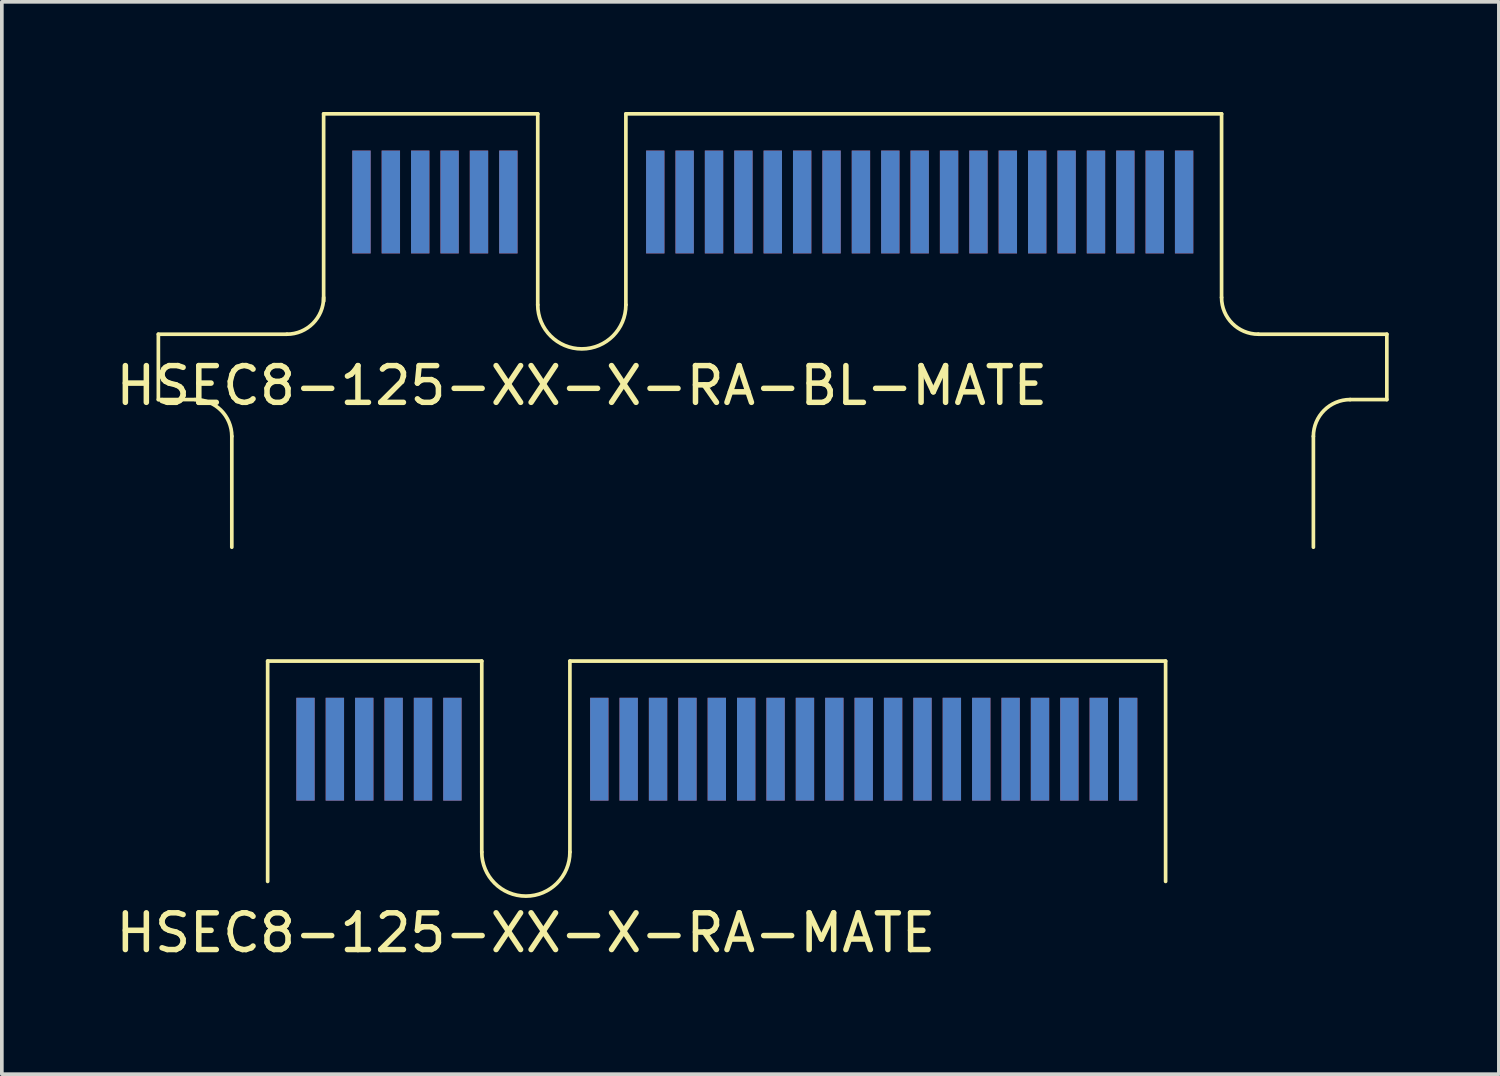
<source format=kicad_pcb>
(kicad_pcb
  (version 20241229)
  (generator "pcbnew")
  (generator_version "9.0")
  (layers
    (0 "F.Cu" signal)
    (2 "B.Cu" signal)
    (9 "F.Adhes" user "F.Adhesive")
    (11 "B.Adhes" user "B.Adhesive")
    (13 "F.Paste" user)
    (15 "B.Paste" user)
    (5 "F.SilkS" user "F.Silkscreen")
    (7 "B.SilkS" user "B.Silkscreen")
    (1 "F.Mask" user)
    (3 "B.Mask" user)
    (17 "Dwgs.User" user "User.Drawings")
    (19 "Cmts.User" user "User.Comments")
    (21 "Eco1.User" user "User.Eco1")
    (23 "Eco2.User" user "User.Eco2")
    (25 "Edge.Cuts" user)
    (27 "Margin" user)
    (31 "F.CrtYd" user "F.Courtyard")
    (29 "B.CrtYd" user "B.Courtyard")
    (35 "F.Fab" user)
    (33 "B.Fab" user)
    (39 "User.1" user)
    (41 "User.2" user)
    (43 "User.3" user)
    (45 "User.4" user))
  (footprint "HSEC8-125-XX-X-RA-BL-MATE"
    (layer "F.Cu")
    (at 12.792 3.85)
    (property "Reference" "HSEC8-125-XX-X-RA-BL-MATE" (at 0 3.6 0) (layer "F.SilkS") (effects (font (size 1 1) (thickness 0.15))))
    (attr through_hole)
    (fp_line (start -11.53 2.2) (end -11.53 3.98) (stroke (width 0.1) (type solid)) (layer "F.SilkS"))
    (fp_line (start -11.53 3.98) (end -10.53 3.98) (stroke (width 0.1) (type solid)) (layer "F.SilkS"))
    (fp_line (start -9.53 4.98) (end -9.53 8) (stroke (width 0.1) (type solid)) (layer "F.SilkS"))
    (fp_line (start -8.03 2.2) (end -11.53 2.2) (stroke (width 0.1) (type solid)) (layer "F.SilkS"))
    (fp_line (start -7.03 -3.8) (end -7.03 1.3) (stroke (width 0.1) (type solid)) (layer "F.SilkS"))
    (fp_line (start -1.2 -3.8) (end -7.03 -3.8) (stroke (width 0.1) (type solid)) (layer "F.SilkS"))
    (fp_line (start -1.2 1.4) (end -1.2 -3.8) (stroke (width 0.1) (type solid)) (layer "F.SilkS"))
    (fp_line (start 1.2 -3.8) (end 17.42 -3.8) (stroke (width 0.1) (type solid)) (layer "F.SilkS"))
    (fp_line (start 1.2 1.4) (end 1.2 -3.8) (stroke (width 0.1) (type solid)) (layer "F.SilkS"))
    (fp_line (start 17.42 -3.8) (end 17.42 1.2) (stroke (width 0.1) (type solid)) (layer "F.SilkS"))
    (fp_line (start 18.42 2.2) (end 21.92 2.2) (stroke (width 0.1) (type solid)) (layer "F.SilkS"))
    (fp_line (start 19.92 4.98) (end 19.92 8) (stroke (width 0.1) (type solid)) (layer "F.SilkS"))
    (fp_line (start 20.92 3.98) (end 21.92 3.98) (stroke (width 0.1) (type solid)) (layer "F.SilkS"))
    (fp_line (start 21.92 2.2) (end 21.92 3.98) (stroke (width 0.1) (type solid)) (layer "F.SilkS"))
    (fp_arc (start -10.53 3.98) (mid -9.822893 4.272893) (end -9.53 4.98) (stroke (width 0.1) (type solid)) (layer "F.SilkS"))
    (fp_arc (start -7.03 1.2) (mid -7.322893 1.907107) (end -8.03 2.2) (stroke (width 0.1) (type solid)) (layer "F.SilkS"))
    (fp_arc (start 1.2 1.4) (mid 0 2.6) (end -1.2 1.4) (stroke (width 0.1) (type solid)) (layer "F.SilkS"))
    (fp_arc (start 18.42 2.2) (mid 17.712893 1.907107) (end 17.42 1.2) (stroke (width 0.1) (type solid)) (layer "F.SilkS"))
    (fp_arc (start 19.92 4.98) (mid 20.212893 4.272893) (end 20.92 3.98) (stroke (width 0.1) (type solid)) (layer "F.SilkS"))
    (pad "1" smd rect (at -6 -1.4) (size 0.5 2.8) (layers "B.Cu" "B.Mask" "B.Paste"))
    (pad "2" smd rect (at -6 -1.4) (size 0.5 2.8) (layers "F.Cu" "F.Mask" "F.Paste"))
    (pad "3" smd rect (at -5.2 -1.4) (size 0.5 2.8) (layers "B.Cu" "B.Mask" "B.Paste"))
    (pad "4" smd rect (at -5.2 -1.4) (size 0.5 2.8) (layers "F.Cu" "F.Mask" "F.Paste"))
    (pad "5" smd rect (at -4.4 -1.4) (size 0.5 2.8) (layers "B.Cu" "B.Mask" "B.Paste"))
    (pad "6" smd rect (at -4.4 -1.4) (size 0.5 2.8) (layers "F.Cu" "F.Mask" "F.Paste"))
    (pad "7" smd rect (at -3.6 -1.4) (size 0.5 2.8) (layers "B.Cu" "B.Mask" "B.Paste"))
    (pad "8" smd rect (at -3.6 -1.4) (size 0.5 2.8) (layers "F.Cu" "F.Mask" "F.Paste"))
    (pad "9" smd rect (at -2.8 -1.4) (size 0.5 2.8) (layers "B.Cu" "B.Mask" "B.Paste"))
    (pad "10" smd rect (at -2.8 -1.4) (size 0.5 2.8) (layers "F.Cu" "F.Mask" "F.Paste"))
    (pad "11" smd rect (at -2 -1.4) (size 0.5 2.8) (layers "B.Cu" "B.Mask" "B.Paste"))
    (pad "12" smd rect (at -2 -1.4) (size 0.5 2.8) (layers "F.Cu" "F.Mask" "F.Paste"))
    (pad "13" smd rect (at 2 -1.4) (size 0.5 2.8) (layers "B.Cu" "B.Mask" "B.Paste"))
    (pad "14" smd rect (at 2 -1.4) (size 0.5 2.8) (layers "F.Cu" "F.Mask" "F.Paste"))
    (pad "15" smd rect (at 2.8 -1.4) (size 0.5 2.8) (layers "B.Cu" "B.Mask" "B.Paste"))
    (pad "16" smd rect (at 2.8 -1.4) (size 0.5 2.8) (layers "F.Cu" "F.Mask" "F.Paste"))
    (pad "17" smd rect (at 3.6 -1.4) (size 0.5 2.8) (layers "B.Cu" "B.Mask" "B.Paste"))
    (pad "18" smd rect (at 3.6 -1.4) (size 0.5 2.8) (layers "F.Cu" "F.Mask" "F.Paste"))
    (pad "19" smd rect (at 4.4 -1.4) (size 0.5 2.8) (layers "B.Cu" "B.Mask" "B.Paste"))
    (pad "20" smd rect (at 4.4 -1.4) (size 0.5 2.8) (layers "F.Cu" "F.Mask" "F.Paste"))
    (pad "21" smd rect (at 5.2 -1.4) (size 0.5 2.8) (layers "B.Cu" "B.Mask" "B.Paste"))
    (pad "22" smd rect (at 5.2 -1.4) (size 0.5 2.8) (layers "F.Cu" "F.Mask" "F.Paste"))
    (pad "23" smd rect (at 6 -1.4) (size 0.5 2.8) (layers "B.Cu" "B.Mask" "B.Paste"))
    (pad "24" smd rect (at 6 -1.4) (size 0.5 2.8) (layers "F.Cu" "F.Mask" "F.Paste"))
    (pad "25" smd rect (at 6.8 -1.4) (size 0.5 2.8) (layers "B.Cu" "B.Mask" "B.Paste"))
    (pad "26" smd rect (at 6.8 -1.4) (size 0.5 2.8) (layers "F.Cu" "F.Mask" "F.Paste"))
    (pad "27" smd rect (at 7.6 -1.4) (size 0.5 2.8) (layers "B.Cu" "B.Mask" "B.Paste"))
    (pad "28" smd rect (at 7.6 -1.4) (size 0.5 2.8) (layers "F.Cu" "F.Mask" "F.Paste"))
    (pad "29" smd rect (at 8.4 -1.4) (size 0.5 2.8) (layers "B.Cu" "B.Mask" "B.Paste"))
    (pad "30" smd rect (at 8.4 -1.4) (size 0.5 2.8) (layers "F.Cu" "F.Mask" "F.Paste"))
    (pad "31" smd rect (at 9.2 -1.4) (size 0.5 2.8) (layers "B.Cu" "B.Mask" "B.Paste"))
    (pad "32" smd rect (at 9.2 -1.4) (size 0.5 2.8) (layers "F.Cu" "F.Mask" "F.Paste"))
    (pad "33" smd rect (at 10 -1.4) (size 0.5 2.8) (layers "B.Cu" "B.Mask" "B.Paste"))
    (pad "34" smd rect (at 10 -1.4) (size 0.5 2.8) (layers "F.Cu" "F.Mask" "F.Paste"))
    (pad "35" smd rect (at 10.8 -1.4) (size 0.5 2.8) (layers "B.Cu" "B.Mask" "B.Paste"))
    (pad "36" smd rect (at 10.8 -1.4) (size 0.5 2.8) (layers "F.Cu" "F.Mask" "F.Paste"))
    (pad "37" smd rect (at 11.6 -1.4) (size 0.5 2.8) (layers "B.Cu" "B.Mask" "B.Paste"))
    (pad "38" smd rect (at 11.6 -1.4) (size 0.5 2.8) (layers "F.Cu" "F.Mask" "F.Paste"))
    (pad "39" smd rect (at 12.4 -1.4) (size 0.5 2.8) (layers "B.Cu" "B.Mask" "B.Paste"))
    (pad "40" smd rect (at 12.4 -1.4) (size 0.5 2.8) (layers "F.Cu" "F.Mask" "F.Paste"))
    (pad "41" smd rect (at 13.2 -1.4) (size 0.5 2.8) (layers "B.Cu" "B.Mask" "B.Paste"))
    (pad "42" smd rect (at 13.2 -1.4) (size 0.5 2.8) (layers "F.Cu" "F.Mask" "F.Paste"))
    (pad "43" smd rect (at 14 -1.4) (size 0.5 2.8) (layers "B.Cu" "B.Mask" "B.Paste"))
    (pad "44" smd rect (at 14 -1.4) (size 0.5 2.8) (layers "F.Cu" "F.Mask" "F.Paste"))
    (pad "45" smd rect (at 14.8 -1.4) (size 0.5 2.8) (layers "B.Cu" "B.Mask" "B.Paste"))
    (pad "46" smd rect (at 14.8 -1.4) (size 0.5 2.8) (layers "F.Cu" "F.Mask" "F.Paste"))
    (pad "47" smd rect (at 15.6 -1.4) (size 0.5 2.8) (layers "B.Cu" "B.Mask" "B.Paste"))
    (pad "48" smd rect (at 15.6 -1.4) (size 0.5 2.8) (layers "F.Cu" "F.Mask" "F.Paste"))
    (pad "49" smd rect (at 16.4 -1.4) (size 0.5 2.8) (layers "B.Cu" "B.Mask" "B.Paste"))
    (pad "50" smd rect (at 16.4 -1.4) (size 0.5 2.8) (layers "F.Cu" "F.Mask" "F.Paste")))
  (footprint "HSEC8-125-XX-X-RA-MATE"
    (layer "F.Cu")
    (at 11.268 18.75)
    (property "Reference" "HSEC8-125-XX-X-RA-MATE" (at 0 3.6 0) (layer "F.SilkS") (effects (font (size 1 1) (thickness 0.15))))
    (attr through_hole)
    (fp_line (start -7.03 -3.8) (end -7.03 2.2) (stroke (width 0.1) (type solid)) (layer "F.SilkS"))
    (fp_line (start -1.2 -3.8) (end -7.03 -3.8) (stroke (width 0.1) (type solid)) (layer "F.SilkS"))
    (fp_line (start -1.2 1.4) (end -1.2 -3.8) (stroke (width 0.1) (type solid)) (layer "F.SilkS"))
    (fp_line (start 1.2 -3.8) (end 17.42 -3.8) (stroke (width 0.1) (type solid)) (layer "F.SilkS"))
    (fp_line (start 1.2 1.4) (end 1.2 -3.8) (stroke (width 0.1) (type solid)) (layer "F.SilkS"))
    (fp_line (start 17.42 -3.8) (end 17.42 2.2) (stroke (width 0.1) (type solid)) (layer "F.SilkS"))
    (fp_arc (start 1.2 1.4) (mid 0 2.6) (end -1.2 1.4) (stroke (width 0.1) (type solid)) (layer "F.SilkS"))
    (pad "1" smd rect (at -6 -1.4) (size 0.5 2.8) (layers "B.Cu" "B.Mask" "B.Paste"))
    (pad "2" smd rect (at -6 -1.4) (size 0.5 2.8) (layers "F.Cu" "F.Mask" "F.Paste"))
    (pad "3" smd rect (at -5.2 -1.4) (size 0.5 2.8) (layers "B.Cu" "B.Mask" "B.Paste"))
    (pad "4" smd rect (at -5.2 -1.4) (size 0.5 2.8) (layers "F.Cu" "F.Mask" "F.Paste"))
    (pad "5" smd rect (at -4.4 -1.4) (size 0.5 2.8) (layers "B.Cu" "B.Mask" "B.Paste"))
    (pad "6" smd rect (at -4.4 -1.4) (size 0.5 2.8) (layers "F.Cu" "F.Mask" "F.Paste"))
    (pad "7" smd rect (at -3.6 -1.4) (size 0.5 2.8) (layers "B.Cu" "B.Mask" "B.Paste"))
    (pad "8" smd rect (at -3.6 -1.4) (size 0.5 2.8) (layers "F.Cu" "F.Mask" "F.Paste"))
    (pad "9" smd rect (at -2.8 -1.4) (size 0.5 2.8) (layers "B.Cu" "B.Mask" "B.Paste"))
    (pad "10" smd rect (at -2.8 -1.4) (size 0.5 2.8) (layers "F.Cu" "F.Mask" "F.Paste"))
    (pad "11" smd rect (at -2 -1.4) (size 0.5 2.8) (layers "B.Cu" "B.Mask" "B.Paste"))
    (pad "12" smd rect (at -2 -1.4) (size 0.5 2.8) (layers "F.Cu" "F.Mask" "F.Paste"))
    (pad "13" smd rect (at 2 -1.4) (size 0.5 2.8) (layers "B.Cu" "B.Mask" "B.Paste"))
    (pad "14" smd rect (at 2 -1.4) (size 0.5 2.8) (layers "F.Cu" "F.Mask" "F.Paste"))
    (pad "15" smd rect (at 2.8 -1.4) (size 0.5 2.8) (layers "B.Cu" "B.Mask" "B.Paste"))
    (pad "16" smd rect (at 2.8 -1.4) (size 0.5 2.8) (layers "F.Cu" "F.Mask" "F.Paste"))
    (pad "17" smd rect (at 3.6 -1.4) (size 0.5 2.8) (layers "B.Cu" "B.Mask" "B.Paste"))
    (pad "18" smd rect (at 3.6 -1.4) (size 0.5 2.8) (layers "F.Cu" "F.Mask" "F.Paste"))
    (pad "19" smd rect (at 4.4 -1.4) (size 0.5 2.8) (layers "B.Cu" "B.Mask" "B.Paste"))
    (pad "20" smd rect (at 4.4 -1.4) (size 0.5 2.8) (layers "F.Cu" "F.Mask" "F.Paste"))
    (pad "21" smd rect (at 5.2 -1.4) (size 0.5 2.8) (layers "B.Cu" "B.Mask" "B.Paste"))
    (pad "22" smd rect (at 5.2 -1.4) (size 0.5 2.8) (layers "F.Cu" "F.Mask" "F.Paste"))
    (pad "23" smd rect (at 6 -1.4) (size 0.5 2.8) (layers "B.Cu" "B.Mask" "B.Paste"))
    (pad "24" smd rect (at 6 -1.4) (size 0.5 2.8) (layers "F.Cu" "F.Mask" "F.Paste"))
    (pad "25" smd rect (at 6.8 -1.4) (size 0.5 2.8) (layers "B.Cu" "B.Mask" "B.Paste"))
    (pad "26" smd rect (at 6.8 -1.4) (size 0.5 2.8) (layers "F.Cu" "F.Mask" "F.Paste"))
    (pad "27" smd rect (at 7.6 -1.4) (size 0.5 2.8) (layers "B.Cu" "B.Mask" "B.Paste"))
    (pad "28" smd rect (at 7.6 -1.4) (size 0.5 2.8) (layers "F.Cu" "F.Mask" "F.Paste"))
    (pad "29" smd rect (at 8.4 -1.4) (size 0.5 2.8) (layers "B.Cu" "B.Mask" "B.Paste"))
    (pad "30" smd rect (at 8.4 -1.4) (size 0.5 2.8) (layers "F.Cu" "F.Mask" "F.Paste"))
    (pad "31" smd rect (at 9.2 -1.4) (size 0.5 2.8) (layers "B.Cu" "B.Mask" "B.Paste"))
    (pad "32" smd rect (at 9.2 -1.4) (size 0.5 2.8) (layers "F.Cu" "F.Mask" "F.Paste"))
    (pad "33" smd rect (at 10 -1.4) (size 0.5 2.8) (layers "B.Cu" "B.Mask" "B.Paste"))
    (pad "34" smd rect (at 10 -1.4) (size 0.5 2.8) (layers "F.Cu" "F.Mask" "F.Paste"))
    (pad "35" smd rect (at 10.8 -1.4) (size 0.5 2.8) (layers "B.Cu" "B.Mask" "B.Paste"))
    (pad "36" smd rect (at 10.8 -1.4) (size 0.5 2.8) (layers "F.Cu" "F.Mask" "F.Paste"))
    (pad "37" smd rect (at 11.6 -1.4) (size 0.5 2.8) (layers "B.Cu" "B.Mask" "B.Paste"))
    (pad "38" smd rect (at 11.6 -1.4) (size 0.5 2.8) (layers "F.Cu" "F.Mask" "F.Paste"))
    (pad "39" smd rect (at 12.4 -1.4) (size 0.5 2.8) (layers "B.Cu" "B.Mask" "B.Paste"))
    (pad "40" smd rect (at 12.4 -1.4) (size 0.5 2.8) (layers "F.Cu" "F.Mask" "F.Paste"))
    (pad "41" smd rect (at 13.2 -1.4) (size 0.5 2.8) (layers "B.Cu" "B.Mask" "B.Paste"))
    (pad "42" smd rect (at 13.2 -1.4) (size 0.5 2.8) (layers "F.Cu" "F.Mask" "F.Paste"))
    (pad "43" smd rect (at 14 -1.4) (size 0.5 2.8) (layers "B.Cu" "B.Mask" "B.Paste"))
    (pad "44" smd rect (at 14 -1.4) (size 0.5 2.8) (layers "F.Cu" "F.Mask" "F.Paste"))
    (pad "45" smd rect (at 14.8 -1.4) (size 0.5 2.8) (layers "B.Cu" "B.Mask" "B.Paste"))
    (pad "46" smd rect (at 14.8 -1.4) (size 0.5 2.8) (layers "F.Cu" "F.Mask" "F.Paste"))
    (pad "47" smd rect (at 15.6 -1.4) (size 0.5 2.8) (layers "B.Cu" "B.Mask" "B.Paste"))
    (pad "48" smd rect (at 15.6 -1.4) (size 0.5 2.8) (layers "F.Cu" "F.Mask" "F.Paste"))
    (pad "49" smd rect (at 16.4 -1.4) (size 0.5 2.8) (layers "B.Cu" "B.Mask" "B.Paste"))
    (pad "50" smd rect (at 16.4 -1.4) (size 0.5 2.8) (layers "F.Cu" "F.Mask" "F.Paste")))
  (gr_rect
    (start -3 -3)
    (end 37.762 26.198)
    (stroke (width 0.1) (type default))
    (fill no)
    (layer "Edge.Cuts")))
</source>
